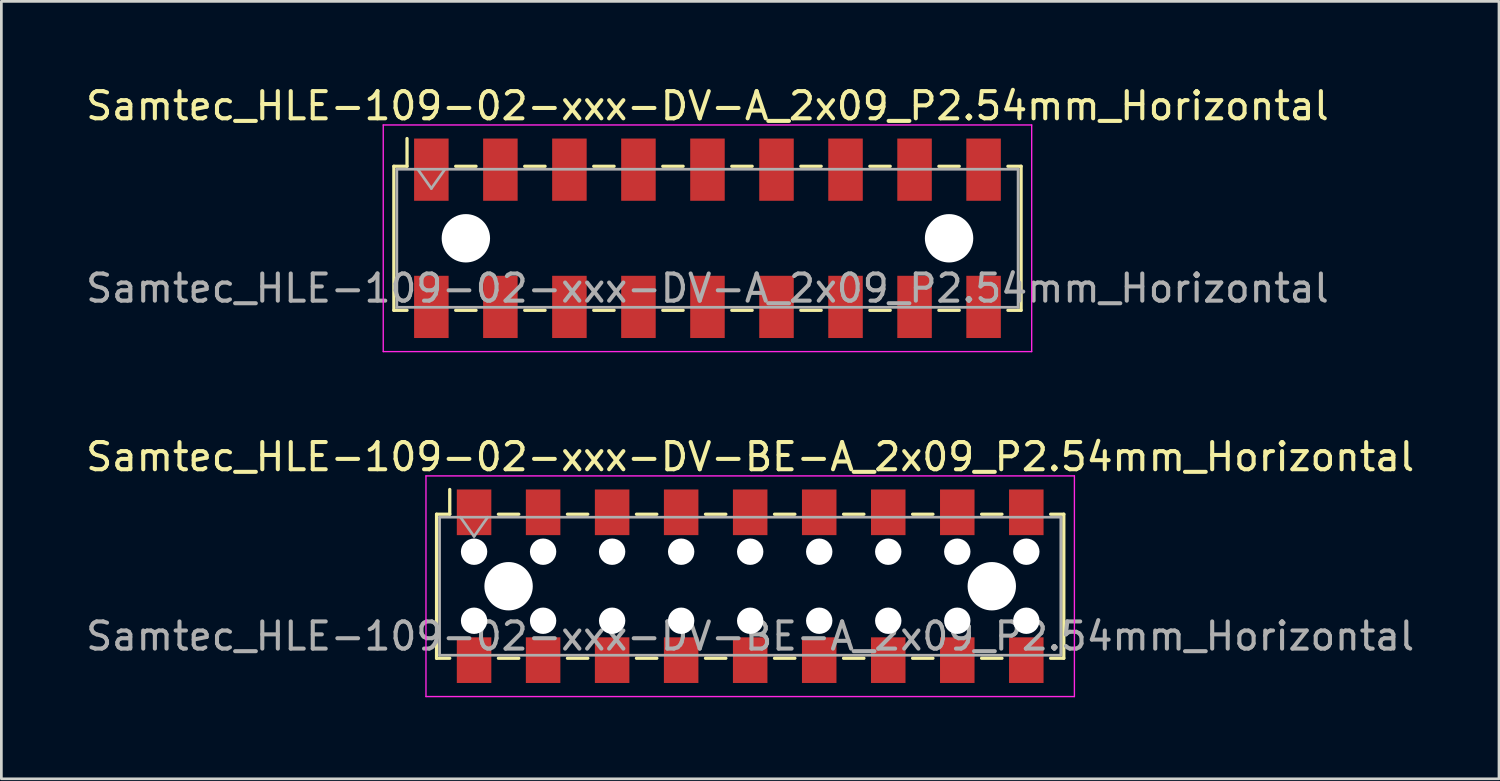
<source format=kicad_pcb>
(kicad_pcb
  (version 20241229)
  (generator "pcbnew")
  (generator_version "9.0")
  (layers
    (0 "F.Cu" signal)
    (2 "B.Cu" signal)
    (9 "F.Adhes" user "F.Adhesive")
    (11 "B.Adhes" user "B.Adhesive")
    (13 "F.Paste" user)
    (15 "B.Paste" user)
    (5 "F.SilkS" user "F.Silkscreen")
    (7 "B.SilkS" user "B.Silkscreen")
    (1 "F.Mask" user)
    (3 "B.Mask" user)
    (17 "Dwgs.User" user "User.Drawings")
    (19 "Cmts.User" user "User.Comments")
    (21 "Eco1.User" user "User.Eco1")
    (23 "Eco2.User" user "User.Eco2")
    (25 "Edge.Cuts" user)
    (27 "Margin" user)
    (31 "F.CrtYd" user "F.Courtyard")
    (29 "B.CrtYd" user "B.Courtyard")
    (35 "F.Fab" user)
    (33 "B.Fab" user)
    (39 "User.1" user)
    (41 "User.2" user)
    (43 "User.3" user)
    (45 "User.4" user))
  (footprint "Samtec_HLE-109-02-xxx-DV-BE-A_2x09_P2.54mm_Horizontal"
    (layer "F.Cu")
    (at 24.554 18.521)
    (property "Reference" "Samtec_HLE-109-02-xxx-DV-BE-A_2x09_P2.54mm_Horizontal" (at 0 -4.76 0) (layer "F.SilkS") (effects (font (size 1 1) (thickness 0.15))))
    (attr smd)
    (fp_line (start -11.54 -2.65) (end -11.54 2.65) (stroke (width 0.12) (type solid)) (layer "F.SilkS"))
    (fp_line (start -11.54 2.65) (end -11.055 2.65) (stroke (width 0.12) (type solid)) (layer "F.SilkS"))
    (fp_line (start -11.055 -3.56) (end -11.055 -2.65) (stroke (width 0.12) (type solid)) (layer "F.SilkS"))
    (fp_line (start -11.055 -2.65) (end -11.54 -2.65) (stroke (width 0.12) (type solid)) (layer "F.SilkS"))
    (fp_line (start -9.265 -2.65) (end -8.515 -2.65) (stroke (width 0.12) (type solid)) (layer "F.SilkS"))
    (fp_line (start -9.265 2.65) (end -8.515 2.65) (stroke (width 0.12) (type solid)) (layer "F.SilkS"))
    (fp_line (start -6.725 -2.65) (end -5.975 -2.65) (stroke (width 0.12) (type solid)) (layer "F.SilkS"))
    (fp_line (start -6.725 2.65) (end -5.975 2.65) (stroke (width 0.12) (type solid)) (layer "F.SilkS"))
    (fp_line (start -4.185 -2.65) (end -3.435 -2.65) (stroke (width 0.12) (type solid)) (layer "F.SilkS"))
    (fp_line (start -4.185 2.65) (end -3.435 2.65) (stroke (width 0.12) (type solid)) (layer "F.SilkS"))
    (fp_line (start -1.645 -2.65) (end -0.895 -2.65) (stroke (width 0.12) (type solid)) (layer "F.SilkS"))
    (fp_line (start -1.645 2.65) (end -0.895 2.65) (stroke (width 0.12) (type solid)) (layer "F.SilkS"))
    (fp_line (start 0.895 -2.65) (end 1.645 -2.65) (stroke (width 0.12) (type solid)) (layer "F.SilkS"))
    (fp_line (start 0.895 2.65) (end 1.645 2.65) (stroke (width 0.12) (type solid)) (layer "F.SilkS"))
    (fp_line (start 3.435 -2.65) (end 4.185 -2.65) (stroke (width 0.12) (type solid)) (layer "F.SilkS"))
    (fp_line (start 3.435 2.65) (end 4.185 2.65) (stroke (width 0.12) (type solid)) (layer "F.SilkS"))
    (fp_line (start 5.975 -2.65) (end 6.725 -2.65) (stroke (width 0.12) (type solid)) (layer "F.SilkS"))
    (fp_line (start 5.975 2.65) (end 6.725 2.65) (stroke (width 0.12) (type solid)) (layer "F.SilkS"))
    (fp_line (start 8.515 -2.65) (end 9.265 -2.65) (stroke (width 0.12) (type solid)) (layer "F.SilkS"))
    (fp_line (start 8.515 2.65) (end 9.265 2.65) (stroke (width 0.12) (type solid)) (layer "F.SilkS"))
    (fp_line (start 11.055 -2.65) (end 11.54 -2.65) (stroke (width 0.12) (type solid)) (layer "F.SilkS"))
    (fp_line (start 11.54 -2.65) (end 11.54 2.65) (stroke (width 0.12) (type solid)) (layer "F.SilkS"))
    (fp_line (start 11.54 2.65) (end 11.055 2.65) (stroke (width 0.12) (type solid)) (layer "F.SilkS"))
    (fp_line (start -11.93 -4.06) (end 11.93 -4.06) (stroke (width 0.05) (type solid)) (layer "F.CrtYd"))
    (fp_line (start -11.93 4.06) (end -11.93 -4.06) (stroke (width 0.05) (type solid)) (layer "F.CrtYd"))
    (fp_line (start 11.93 -4.06) (end 11.93 4.06) (stroke (width 0.05) (type solid)) (layer "F.CrtYd"))
    (fp_line (start 11.93 4.06) (end -11.93 4.06) (stroke (width 0.05) (type solid)) (layer "F.CrtYd"))
    (fp_line (start -11.43 -2.54) (end 11.43 -2.54) (stroke (width 0.1) (type solid)) (layer "F.Fab"))
    (fp_line (start -11.43 2.54) (end -11.43 -2.54) (stroke (width 0.1) (type solid)) (layer "F.Fab"))
    (fp_line (start -10.66 -2.54) (end -10.16 -1.833) (stroke (width 0.1) (type solid)) (layer "F.Fab"))
    (fp_line (start -10.16 -1.833) (end -9.66 -2.54) (stroke (width 0.1) (type solid)) (layer "F.Fab"))
    (fp_line (start 11.43 -2.54) (end 11.43 2.54) (stroke (width 0.1) (type solid)) (layer "F.Fab"))
    (fp_line (start 11.43 2.54) (end -11.43 2.54) (stroke (width 0.1) (type solid)) (layer "F.Fab"))
    (fp_text user "${REFERENCE}" (at 0 1.84 0) (layer "F.Fab") (effects (font (size 1 1) (thickness 0.15))))
    (pad "" np_thru_hole circle (at -10.16 -1.27) (size 0.97 0.97) (drill 0.97) (layers "*.Cu" "*.Mask"))
    (pad "" np_thru_hole circle (at -10.16 1.27) (size 0.97 0.97) (drill 0.97) (layers "*.Cu" "*.Mask"))
    (pad "" np_thru_hole circle (at -8.89 0) (size 1.78 1.78) (drill 1.78) (layers "*.Cu" "*.Mask"))
    (pad "" np_thru_hole circle (at -7.62 -1.27) (size 0.97 0.97) (drill 0.97) (layers "*.Cu" "*.Mask"))
    (pad "" np_thru_hole circle (at -7.62 1.27) (size 0.97 0.97) (drill 0.97) (layers "*.Cu" "*.Mask"))
    (pad "" np_thru_hole circle (at -5.08 -1.27) (size 0.97 0.97) (drill 0.97) (layers "*.Cu" "*.Mask"))
    (pad "" np_thru_hole circle (at -5.08 1.27) (size 0.97 0.97) (drill 0.97) (layers "*.Cu" "*.Mask"))
    (pad "" np_thru_hole circle (at -2.54 -1.27) (size 0.97 0.97) (drill 0.97) (layers "*.Cu" "*.Mask"))
    (pad "" np_thru_hole circle (at -2.54 1.27) (size 0.97 0.97) (drill 0.97) (layers "*.Cu" "*.Mask"))
    (pad "" np_thru_hole circle (at 0 -1.27) (size 0.97 0.97) (drill 0.97) (layers "*.Cu" "*.Mask"))
    (pad "" np_thru_hole circle (at 0 1.27) (size 0.97 0.97) (drill 0.97) (layers "*.Cu" "*.Mask"))
    (pad "" np_thru_hole circle (at 2.54 -1.27) (size 0.97 0.97) (drill 0.97) (layers "*.Cu" "*.Mask"))
    (pad "" np_thru_hole circle (at 2.54 1.27) (size 0.97 0.97) (drill 0.97) (layers "*.Cu" "*.Mask"))
    (pad "" np_thru_hole circle (at 5.08 -1.27) (size 0.97 0.97) (drill 0.97) (layers "*.Cu" "*.Mask"))
    (pad "" np_thru_hole circle (at 5.08 1.27) (size 0.97 0.97) (drill 0.97) (layers "*.Cu" "*.Mask"))
    (pad "" np_thru_hole circle (at 7.62 -1.27) (size 0.97 0.97) (drill 0.97) (layers "*.Cu" "*.Mask"))
    (pad "" np_thru_hole circle (at 7.62 1.27) (size 0.97 0.97) (drill 0.97) (layers "*.Cu" "*.Mask"))
    (pad "" np_thru_hole circle (at 8.89 0) (size 1.78 1.78) (drill 1.78) (layers "*.Cu" "*.Mask"))
    (pad "" np_thru_hole circle (at 10.16 -1.27) (size 0.97 0.97) (drill 0.97) (layers "*.Cu" "*.Mask"))
    (pad "" np_thru_hole circle (at 10.16 1.27) (size 0.97 0.97) (drill 0.97) (layers "*.Cu" "*.Mask"))
    (pad "1" smd rect (at -10.16 -2.72) (size 1.27 1.68) (layers "F.Cu" "F.Mask" "F.Paste"))
    (pad "2" smd rect (at -10.16 2.72) (size 1.27 1.68) (layers "F.Cu" "F.Mask" "F.Paste"))
    (pad "3" smd rect (at -7.62 -2.72) (size 1.27 1.68) (layers "F.Cu" "F.Mask" "F.Paste"))
    (pad "4" smd rect (at -7.62 2.72) (size 1.27 1.68) (layers "F.Cu" "F.Mask" "F.Paste"))
    (pad "5" smd rect (at -5.08 -2.72) (size 1.27 1.68) (layers "F.Cu" "F.Mask" "F.Paste"))
    (pad "6" smd rect (at -5.08 2.72) (size 1.27 1.68) (layers "F.Cu" "F.Mask" "F.Paste"))
    (pad "7" smd rect (at -2.54 -2.72) (size 1.27 1.68) (layers "F.Cu" "F.Mask" "F.Paste"))
    (pad "8" smd rect (at -2.54 2.72) (size 1.27 1.68) (layers "F.Cu" "F.Mask" "F.Paste"))
    (pad "9" smd rect (at 0 -2.72) (size 1.27 1.68) (layers "F.Cu" "F.Mask" "F.Paste"))
    (pad "10" smd rect (at 0 2.72) (size 1.27 1.68) (layers "F.Cu" "F.Mask" "F.Paste"))
    (pad "11" smd rect (at 2.54 -2.72) (size 1.27 1.68) (layers "F.Cu" "F.Mask" "F.Paste"))
    (pad "12" smd rect (at 2.54 2.72) (size 1.27 1.68) (layers "F.Cu" "F.Mask" "F.Paste"))
    (pad "13" smd rect (at 5.08 -2.72) (size 1.27 1.68) (layers "F.Cu" "F.Mask" "F.Paste"))
    (pad "14" smd rect (at 5.08 2.72) (size 1.27 1.68) (layers "F.Cu" "F.Mask" "F.Paste"))
    (pad "15" smd rect (at 7.62 -2.72) (size 1.27 1.68) (layers "F.Cu" "F.Mask" "F.Paste"))
    (pad "16" smd rect (at 7.62 2.72) (size 1.27 1.68) (layers "F.Cu" "F.Mask" "F.Paste"))
    (pad "17" smd rect (at 10.16 -2.72) (size 1.27 1.68) (layers "F.Cu" "F.Mask" "F.Paste"))
    (pad "18" smd rect (at 10.16 2.72) (size 1.27 1.68) (layers "F.Cu" "F.Mask" "F.Paste")))
  (footprint "Samtec_HLE-109-02-xxx-DV-A_2x09_P2.54mm_Horizontal"
    (layer "F.Cu")
    (at 22.982 5.718)
    (property "Reference" "Samtec_HLE-109-02-xxx-DV-A_2x09_P2.54mm_Horizontal" (at 0 -4.87 0) (layer "F.SilkS") (effects (font (size 1 1) (thickness 0.15))))
    (attr smd)
    (fp_line (start -11.54 -2.65) (end -11.54 2.65) (stroke (width 0.12) (type solid)) (layer "F.SilkS"))
    (fp_line (start -11.54 2.65) (end -11.055 2.65) (stroke (width 0.12) (type solid)) (layer "F.SilkS"))
    (fp_line (start -11.055 -3.67) (end -11.055 -2.65) (stroke (width 0.12) (type solid)) (layer "F.SilkS"))
    (fp_line (start -11.055 -2.65) (end -11.54 -2.65) (stroke (width 0.12) (type solid)) (layer "F.SilkS"))
    (fp_line (start -9.265 -2.65) (end -8.515 -2.65) (stroke (width 0.12) (type solid)) (layer "F.SilkS"))
    (fp_line (start -9.265 2.65) (end -8.515 2.65) (stroke (width 0.12) (type solid)) (layer "F.SilkS"))
    (fp_line (start -6.725 -2.65) (end -5.975 -2.65) (stroke (width 0.12) (type solid)) (layer "F.SilkS"))
    (fp_line (start -6.725 2.65) (end -5.975 2.65) (stroke (width 0.12) (type solid)) (layer "F.SilkS"))
    (fp_line (start -4.185 -2.65) (end -3.435 -2.65) (stroke (width 0.12) (type solid)) (layer "F.SilkS"))
    (fp_line (start -4.185 2.65) (end -3.435 2.65) (stroke (width 0.12) (type solid)) (layer "F.SilkS"))
    (fp_line (start -1.645 -2.65) (end -0.895 -2.65) (stroke (width 0.12) (type solid)) (layer "F.SilkS"))
    (fp_line (start -1.645 2.65) (end -0.895 2.65) (stroke (width 0.12) (type solid)) (layer "F.SilkS"))
    (fp_line (start 0.895 -2.65) (end 1.645 -2.65) (stroke (width 0.12) (type solid)) (layer "F.SilkS"))
    (fp_line (start 0.895 2.65) (end 1.645 2.65) (stroke (width 0.12) (type solid)) (layer "F.SilkS"))
    (fp_line (start 3.435 -2.65) (end 4.185 -2.65) (stroke (width 0.12) (type solid)) (layer "F.SilkS"))
    (fp_line (start 3.435 2.65) (end 4.185 2.65) (stroke (width 0.12) (type solid)) (layer "F.SilkS"))
    (fp_line (start 5.975 -2.65) (end 6.725 -2.65) (stroke (width 0.12) (type solid)) (layer "F.SilkS"))
    (fp_line (start 5.975 2.65) (end 6.725 2.65) (stroke (width 0.12) (type solid)) (layer "F.SilkS"))
    (fp_line (start 8.515 -2.65) (end 9.265 -2.65) (stroke (width 0.12) (type solid)) (layer "F.SilkS"))
    (fp_line (start 8.515 2.65) (end 9.265 2.65) (stroke (width 0.12) (type solid)) (layer "F.SilkS"))
    (fp_line (start 11.055 -2.65) (end 11.54 -2.65) (stroke (width 0.12) (type solid)) (layer "F.SilkS"))
    (fp_line (start 11.54 -2.65) (end 11.54 2.65) (stroke (width 0.12) (type solid)) (layer "F.SilkS"))
    (fp_line (start 11.54 2.65) (end 11.055 2.65) (stroke (width 0.12) (type solid)) (layer "F.SilkS"))
    (fp_line (start -11.93 -4.17) (end 11.93 -4.17) (stroke (width 0.05) (type solid)) (layer "F.CrtYd"))
    (fp_line (start -11.93 4.17) (end -11.93 -4.17) (stroke (width 0.05) (type solid)) (layer "F.CrtYd"))
    (fp_line (start 11.93 -4.17) (end 11.93 4.17) (stroke (width 0.05) (type solid)) (layer "F.CrtYd"))
    (fp_line (start 11.93 4.17) (end -11.93 4.17) (stroke (width 0.05) (type solid)) (layer "F.CrtYd"))
    (fp_line (start -11.43 -2.54) (end 11.43 -2.54) (stroke (width 0.1) (type solid)) (layer "F.Fab"))
    (fp_line (start -11.43 2.54) (end -11.43 -2.54) (stroke (width 0.1) (type solid)) (layer "F.Fab"))
    (fp_line (start -10.66 -2.54) (end -10.16 -1.833) (stroke (width 0.1) (type solid)) (layer "F.Fab"))
    (fp_line (start -10.16 -1.833) (end -9.66 -2.54) (stroke (width 0.1) (type solid)) (layer "F.Fab"))
    (fp_line (start 11.43 -2.54) (end 11.43 2.54) (stroke (width 0.1) (type solid)) (layer "F.Fab"))
    (fp_line (start 11.43 2.54) (end -11.43 2.54) (stroke (width 0.1) (type solid)) (layer "F.Fab"))
    (fp_text user "${REFERENCE}" (at 0 1.84 0) (layer "F.Fab") (effects (font (size 1 1) (thickness 0.15))))
    (pad "" np_thru_hole circle (at -8.89 0) (size 1.78 1.78) (drill 1.78) (layers "*.Cu" "*.Mask"))
    (pad "" np_thru_hole circle (at 8.89 0) (size 1.78 1.78) (drill 1.78) (layers "*.Cu" "*.Mask"))
    (pad "1" smd rect (at -10.16 -2.525) (size 1.27 2.29) (layers "F.Cu" "F.Mask" "F.Paste"))
    (pad "2" smd rect (at -10.16 2.525) (size 1.27 2.29) (layers "F.Cu" "F.Mask" "F.Paste"))
    (pad "3" smd rect (at -7.62 -2.525) (size 1.27 2.29) (layers "F.Cu" "F.Mask" "F.Paste"))
    (pad "4" smd rect (at -7.62 2.525) (size 1.27 2.29) (layers "F.Cu" "F.Mask" "F.Paste"))
    (pad "5" smd rect (at -5.08 -2.525) (size 1.27 2.29) (layers "F.Cu" "F.Mask" "F.Paste"))
    (pad "6" smd rect (at -5.08 2.525) (size 1.27 2.29) (layers "F.Cu" "F.Mask" "F.Paste"))
    (pad "7" smd rect (at -2.54 -2.525) (size 1.27 2.29) (layers "F.Cu" "F.Mask" "F.Paste"))
    (pad "8" smd rect (at -2.54 2.525) (size 1.27 2.29) (layers "F.Cu" "F.Mask" "F.Paste"))
    (pad "9" smd rect (at 0 -2.525) (size 1.27 2.29) (layers "F.Cu" "F.Mask" "F.Paste"))
    (pad "10" smd rect (at 0 2.525) (size 1.27 2.29) (layers "F.Cu" "F.Mask" "F.Paste"))
    (pad "11" smd rect (at 2.54 -2.525) (size 1.27 2.29) (layers "F.Cu" "F.Mask" "F.Paste"))
    (pad "12" smd rect (at 2.54 2.525) (size 1.27 2.29) (layers "F.Cu" "F.Mask" "F.Paste"))
    (pad "13" smd rect (at 5.08 -2.525) (size 1.27 2.29) (layers "F.Cu" "F.Mask" "F.Paste"))
    (pad "14" smd rect (at 5.08 2.525) (size 1.27 2.29) (layers "F.Cu" "F.Mask" "F.Paste"))
    (pad "15" smd rect (at 7.62 -2.525) (size 1.27 2.29) (layers "F.Cu" "F.Mask" "F.Paste"))
    (pad "16" smd rect (at 7.62 2.525) (size 1.27 2.29) (layers "F.Cu" "F.Mask" "F.Paste"))
    (pad "17" smd rect (at 10.16 -2.525) (size 1.27 2.29) (layers "F.Cu" "F.Mask" "F.Paste"))
    (pad "18" smd rect (at 10.16 2.525) (size 1.27 2.29) (layers "F.Cu" "F.Mask" "F.Paste")))
  (gr_rect
    (start -3 -3)
    (end 52.107 25.607)
    (stroke (width 0.1) (type default))
    (fill no)
    (layer "Edge.Cuts")))
</source>
